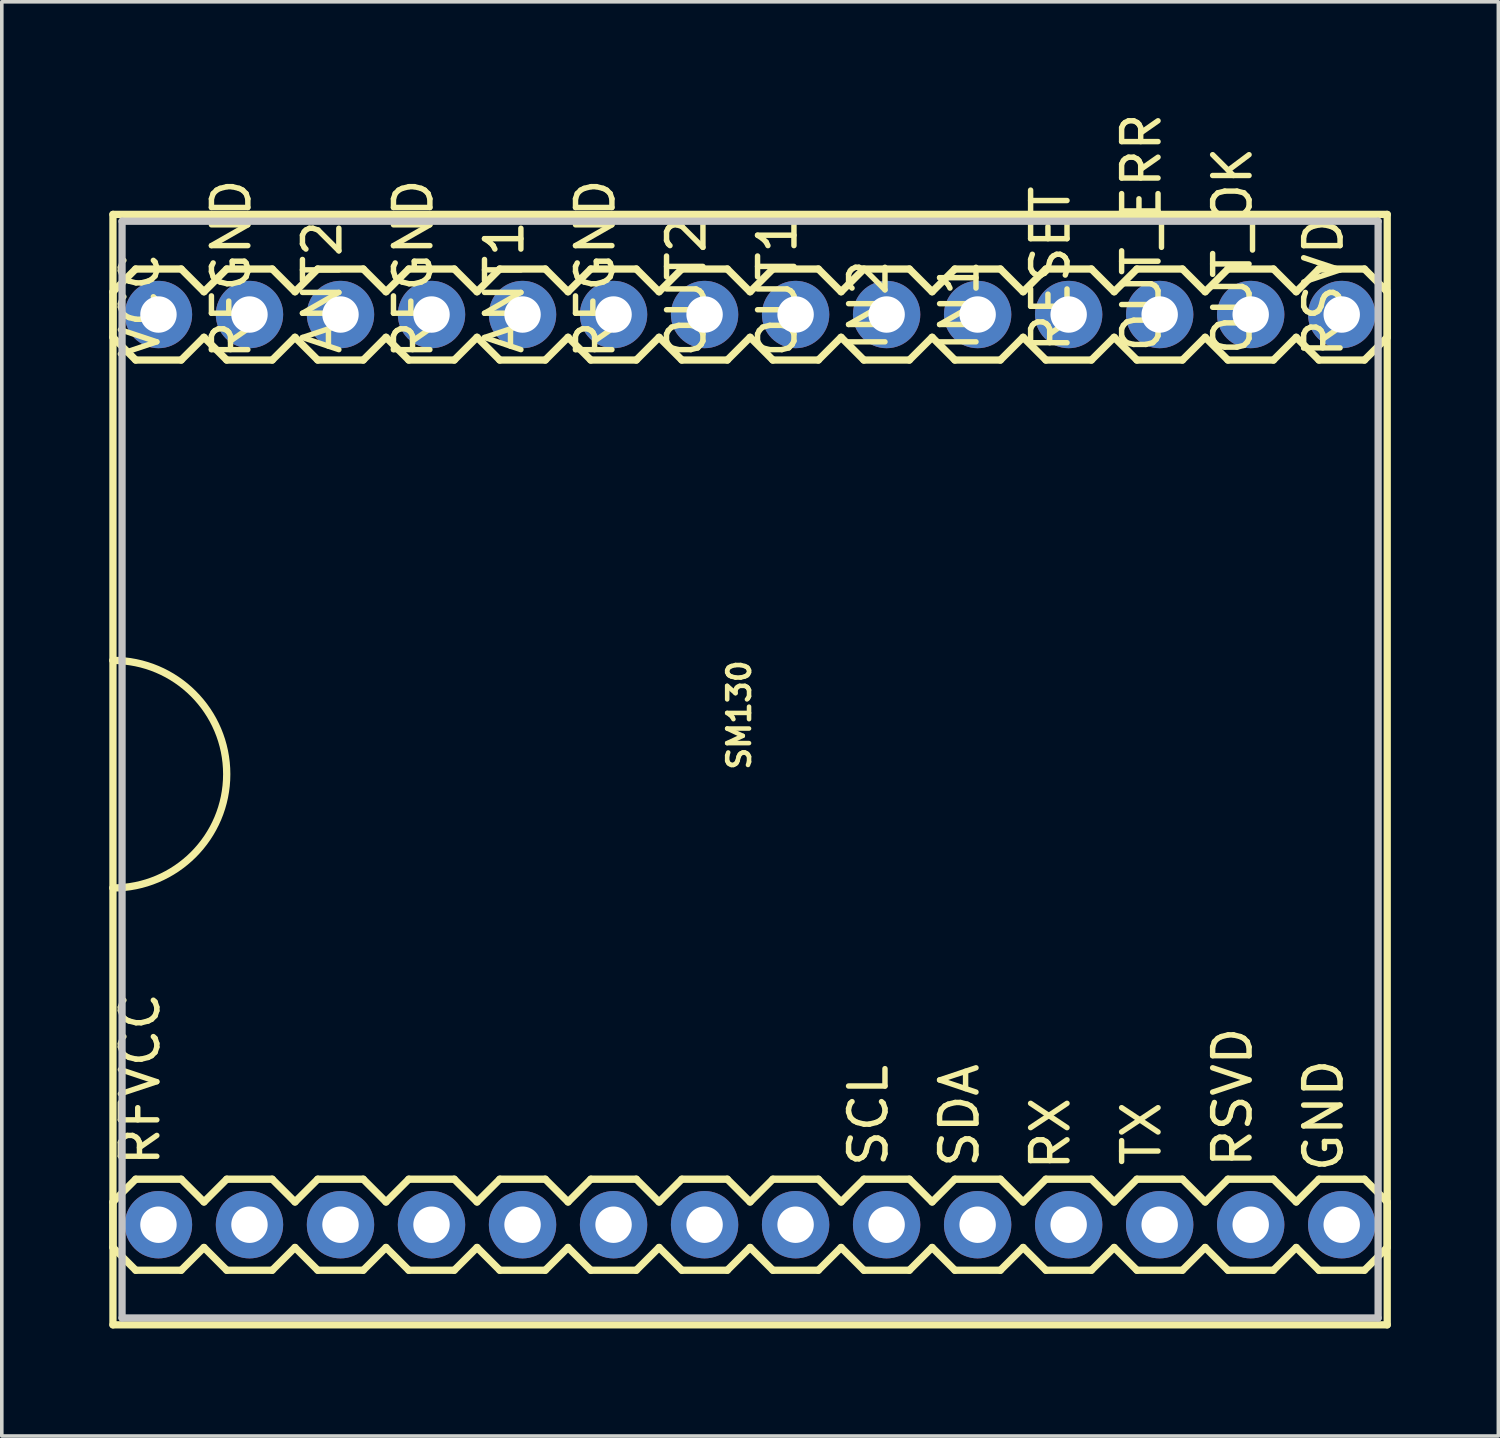
<source format=kicad_pcb>
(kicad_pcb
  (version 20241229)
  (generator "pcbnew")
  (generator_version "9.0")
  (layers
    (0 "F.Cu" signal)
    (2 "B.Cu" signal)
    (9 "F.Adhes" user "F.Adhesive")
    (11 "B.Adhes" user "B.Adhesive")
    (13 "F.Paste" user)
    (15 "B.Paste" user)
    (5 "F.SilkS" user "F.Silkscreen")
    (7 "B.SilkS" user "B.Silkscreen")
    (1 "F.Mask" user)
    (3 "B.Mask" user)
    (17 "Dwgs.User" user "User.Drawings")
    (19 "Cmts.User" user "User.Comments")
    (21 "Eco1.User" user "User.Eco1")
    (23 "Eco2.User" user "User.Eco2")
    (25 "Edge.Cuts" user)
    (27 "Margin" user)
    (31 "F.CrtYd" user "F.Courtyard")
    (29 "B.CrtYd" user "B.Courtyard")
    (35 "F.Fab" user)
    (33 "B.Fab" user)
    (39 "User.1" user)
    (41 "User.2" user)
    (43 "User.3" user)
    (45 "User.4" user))
  (footprint "SM130"
    (layer "F.Cu")
    (at 19.152 18.427)
    (property "Reference" "SM130" (at -1.575 -1.524 90) (layer "F.SilkS") (effects (font (size 0.61 0.61) (thickness 0.127))))
    (attr exclude_from_pos_files exclude_from_bom)
    (fp_line (start -19.05 -15.494) (end 16.51 -15.494) (stroke (width 0.203) (type solid)) (layer "F.SilkS"))
    (fp_line (start -19.05 -13.335) (end -18.415 -13.97) (stroke (width 0.203) (type solid)) (layer "F.SilkS"))
    (fp_line (start -19.05 -12.065) (end -19.05 -13.335) (stroke (width 0.203) (type solid)) (layer "F.SilkS"))
    (fp_line (start -19.05 -3.048) (end -19.05 -15.494) (stroke (width 0.203) (type solid)) (layer "F.SilkS"))
    (fp_line (start -19.05 3.302) (end -19.05 -3.048) (stroke (width 0.203) (type solid)) (layer "F.SilkS"))
    (fp_line (start -19.05 12.065) (end -19.05 13.335) (stroke (width 0.203) (type solid)) (layer "F.SilkS"))
    (fp_line (start -19.05 13.335) (end -18.415 13.97) (stroke (width 0.203) (type solid)) (layer "F.SilkS"))
    (fp_line (start -19.05 15.494) (end -19.05 3.302) (stroke (width 0.203) (type solid)) (layer "F.SilkS"))
    (fp_line (start -18.415 -13.97) (end -17.145 -13.97) (stroke (width 0.203) (type solid)) (layer "F.SilkS"))
    (fp_line (start -18.415 -11.43) (end -19.05 -12.065) (stroke (width 0.203) (type solid)) (layer "F.SilkS"))
    (fp_line (start -18.415 11.43) (end -19.05 12.065) (stroke (width 0.203) (type solid)) (layer "F.SilkS"))
    (fp_line (start -18.415 11.43) (end -17.145 11.43) (stroke (width 0.203) (type solid)) (layer "F.SilkS"))
    (fp_line (start -17.145 -11.43) (end -18.415 -11.43) (stroke (width 0.203) (type solid)) (layer "F.SilkS"))
    (fp_line (start -17.145 -11.43) (end -16.51 -12.065) (stroke (width 0.203) (type solid)) (layer "F.SilkS"))
    (fp_line (start -17.145 11.43) (end -16.51 12.065) (stroke (width 0.203) (type solid)) (layer "F.SilkS"))
    (fp_line (start -17.145 13.97) (end -18.415 13.97) (stroke (width 0.203) (type solid)) (layer "F.SilkS"))
    (fp_line (start -16.51 -13.335) (end -17.145 -13.97) (stroke (width 0.203) (type solid)) (layer "F.SilkS"))
    (fp_line (start -16.51 -13.335) (end -15.875 -13.97) (stroke (width 0.203) (type solid)) (layer "F.SilkS"))
    (fp_line (start -16.51 12.065) (end -15.875 11.43) (stroke (width 0.203) (type solid)) (layer "F.SilkS"))
    (fp_line (start -16.51 13.335) (end -17.145 13.97) (stroke (width 0.203) (type solid)) (layer "F.SilkS"))
    (fp_line (start -15.875 -13.97) (end -14.605 -13.97) (stroke (width 0.203) (type solid)) (layer "F.SilkS"))
    (fp_line (start -15.875 -11.43) (end -16.51 -12.065) (stroke (width 0.203) (type solid)) (layer "F.SilkS"))
    (fp_line (start -15.875 11.43) (end -14.605 11.43) (stroke (width 0.203) (type solid)) (layer "F.SilkS"))
    (fp_line (start -15.875 13.97) (end -16.51 13.335) (stroke (width 0.203) (type solid)) (layer "F.SilkS"))
    (fp_line (start -14.605 -11.43) (end -15.875 -11.43) (stroke (width 0.203) (type solid)) (layer "F.SilkS"))
    (fp_line (start -14.605 -11.43) (end -13.97 -12.065) (stroke (width 0.203) (type solid)) (layer "F.SilkS"))
    (fp_line (start -14.605 11.43) (end -13.97 12.065) (stroke (width 0.203) (type solid)) (layer "F.SilkS"))
    (fp_line (start -14.605 13.97) (end -15.875 13.97) (stroke (width 0.203) (type solid)) (layer "F.SilkS"))
    (fp_line (start -13.97 -13.335) (end -14.605 -13.97) (stroke (width 0.203) (type solid)) (layer "F.SilkS"))
    (fp_line (start -13.97 -13.335) (end -13.335 -13.97) (stroke (width 0.203) (type solid)) (layer "F.SilkS"))
    (fp_line (start -13.97 12.065) (end -13.335 11.43) (stroke (width 0.203) (type solid)) (layer "F.SilkS"))
    (fp_line (start -13.97 13.335) (end -14.605 13.97) (stroke (width 0.203) (type solid)) (layer "F.SilkS"))
    (fp_line (start -13.335 -13.97) (end -12.065 -13.97) (stroke (width 0.203) (type solid)) (layer "F.SilkS"))
    (fp_line (start -13.335 -11.43) (end -13.97 -12.065) (stroke (width 0.203) (type solid)) (layer "F.SilkS"))
    (fp_line (start -13.335 11.43) (end -12.065 11.43) (stroke (width 0.203) (type solid)) (layer "F.SilkS"))
    (fp_line (start -13.335 13.97) (end -13.97 13.335) (stroke (width 0.203) (type solid)) (layer "F.SilkS"))
    (fp_line (start -12.065 -13.97) (end -11.43 -13.335) (stroke (width 0.203) (type solid)) (layer "F.SilkS"))
    (fp_line (start -12.065 -11.43) (end -13.335 -11.43) (stroke (width 0.203) (type solid)) (layer "F.SilkS"))
    (fp_line (start -12.065 11.43) (end -11.43 12.065) (stroke (width 0.203) (type solid)) (layer "F.SilkS"))
    (fp_line (start -12.065 13.97) (end -13.335 13.97) (stroke (width 0.203) (type solid)) (layer "F.SilkS"))
    (fp_line (start -11.43 -13.335) (end -10.795 -13.97) (stroke (width 0.203) (type solid)) (layer "F.SilkS"))
    (fp_line (start -11.43 -12.065) (end -12.065 -11.43) (stroke (width 0.203) (type solid)) (layer "F.SilkS"))
    (fp_line (start -11.43 13.335) (end -12.065 13.97) (stroke (width 0.203) (type solid)) (layer "F.SilkS"))
    (fp_line (start -11.43 13.335) (end -10.795 13.97) (stroke (width 0.203) (type solid)) (layer "F.SilkS"))
    (fp_line (start -10.795 -13.97) (end -9.525 -13.97) (stroke (width 0.203) (type solid)) (layer "F.SilkS"))
    (fp_line (start -10.795 -11.43) (end -11.43 -12.065) (stroke (width 0.203) (type solid)) (layer "F.SilkS"))
    (fp_line (start -10.795 11.43) (end -11.43 12.065) (stroke (width 0.203) (type solid)) (layer "F.SilkS"))
    (fp_line (start -10.795 11.43) (end -9.525 11.43) (stroke (width 0.203) (type solid)) (layer "F.SilkS"))
    (fp_line (start -9.525 -13.97) (end -8.89 -13.335) (stroke (width 0.203) (type solid)) (layer "F.SilkS"))
    (fp_line (start -9.525 -11.43) (end -10.795 -11.43) (stroke (width 0.203) (type solid)) (layer "F.SilkS"))
    (fp_line (start -9.525 11.43) (end -8.89 12.065) (stroke (width 0.203) (type solid)) (layer "F.SilkS"))
    (fp_line (start -9.525 13.97) (end -10.795 13.97) (stroke (width 0.203) (type solid)) (layer "F.SilkS"))
    (fp_line (start -8.89 -13.335) (end -8.255 -13.97) (stroke (width 0.203) (type solid)) (layer "F.SilkS"))
    (fp_line (start -8.89 -12.065) (end -9.525 -11.43) (stroke (width 0.203) (type solid)) (layer "F.SilkS"))
    (fp_line (start -8.89 12.065) (end -8.255 11.43) (stroke (width 0.203) (type solid)) (layer "F.SilkS"))
    (fp_line (start -8.89 13.335) (end -9.525 13.97) (stroke (width 0.203) (type solid)) (layer "F.SilkS"))
    (fp_line (start -8.255 -13.97) (end -6.985 -13.97) (stroke (width 0.203) (type solid)) (layer "F.SilkS"))
    (fp_line (start -8.255 -11.43) (end -8.89 -12.065) (stroke (width 0.203) (type solid)) (layer "F.SilkS"))
    (fp_line (start -8.255 11.43) (end -6.985 11.43) (stroke (width 0.203) (type solid)) (layer "F.SilkS"))
    (fp_line (start -8.255 13.97) (end -8.89 13.335) (stroke (width 0.203) (type solid)) (layer "F.SilkS"))
    (fp_line (start -6.985 -11.43) (end -8.255 -11.43) (stroke (width 0.203) (type solid)) (layer "F.SilkS"))
    (fp_line (start -6.985 -11.43) (end -6.35 -12.065) (stroke (width 0.203) (type solid)) (layer "F.SilkS"))
    (fp_line (start -6.985 11.43) (end -6.35 12.065) (stroke (width 0.203) (type solid)) (layer "F.SilkS"))
    (fp_line (start -6.985 13.97) (end -8.255 13.97) (stroke (width 0.203) (type solid)) (layer "F.SilkS"))
    (fp_line (start -6.35 -13.335) (end -6.985 -13.97) (stroke (width 0.203) (type solid)) (layer "F.SilkS"))
    (fp_line (start -6.35 -13.335) (end -5.715 -13.97) (stroke (width 0.203) (type solid)) (layer "F.SilkS"))
    (fp_line (start -6.35 12.065) (end -5.715 11.43) (stroke (width 0.203) (type solid)) (layer "F.SilkS"))
    (fp_line (start -6.35 13.335) (end -6.985 13.97) (stroke (width 0.203) (type solid)) (layer "F.SilkS"))
    (fp_line (start -5.715 -13.97) (end -4.445 -13.97) (stroke (width 0.203) (type solid)) (layer "F.SilkS"))
    (fp_line (start -5.715 -11.43) (end -6.35 -12.065) (stroke (width 0.203) (type solid)) (layer "F.SilkS"))
    (fp_line (start -5.715 11.43) (end -4.445 11.43) (stroke (width 0.203) (type solid)) (layer "F.SilkS"))
    (fp_line (start -5.715 13.97) (end -6.35 13.335) (stroke (width 0.203) (type solid)) (layer "F.SilkS"))
    (fp_line (start -4.445 -13.97) (end -3.81 -13.335) (stroke (width 0.203) (type solid)) (layer "F.SilkS"))
    (fp_line (start -4.445 -11.43) (end -5.715 -11.43) (stroke (width 0.203) (type solid)) (layer "F.SilkS"))
    (fp_line (start -4.445 11.43) (end -3.81 12.065) (stroke (width 0.203) (type solid)) (layer "F.SilkS"))
    (fp_line (start -4.445 13.97) (end -5.715 13.97) (stroke (width 0.203) (type solid)) (layer "F.SilkS"))
    (fp_line (start -3.81 -13.335) (end -3.175 -13.97) (stroke (width 0.203) (type solid)) (layer "F.SilkS"))
    (fp_line (start -3.81 -12.065) (end -4.445 -11.43) (stroke (width 0.203) (type solid)) (layer "F.SilkS"))
    (fp_line (start -3.81 13.335) (end -4.445 13.97) (stroke (width 0.203) (type solid)) (layer "F.SilkS"))
    (fp_line (start -3.81 13.335) (end -3.175 13.97) (stroke (width 0.203) (type solid)) (layer "F.SilkS"))
    (fp_line (start -3.175 -13.97) (end -1.905 -13.97) (stroke (width 0.203) (type solid)) (layer "F.SilkS"))
    (fp_line (start -3.175 -11.43) (end -3.81 -12.065) (stroke (width 0.203) (type solid)) (layer "F.SilkS"))
    (fp_line (start -3.175 11.43) (end -3.81 12.065) (stroke (width 0.203) (type solid)) (layer "F.SilkS"))
    (fp_line (start -3.175 11.43) (end -1.905 11.43) (stroke (width 0.203) (type solid)) (layer "F.SilkS"))
    (fp_line (start -1.905 -13.97) (end -1.27 -13.335) (stroke (width 0.203) (type solid)) (layer "F.SilkS"))
    (fp_line (start -1.905 -11.43) (end -3.175 -11.43) (stroke (width 0.203) (type solid)) (layer "F.SilkS"))
    (fp_line (start -1.905 11.43) (end -1.27 12.065) (stroke (width 0.203) (type solid)) (layer "F.SilkS"))
    (fp_line (start -1.905 13.97) (end -3.175 13.97) (stroke (width 0.203) (type solid)) (layer "F.SilkS"))
    (fp_line (start -1.27 -13.335) (end -0.635 -13.97) (stroke (width 0.203) (type solid)) (layer "F.SilkS"))
    (fp_line (start -1.27 -12.065) (end -1.905 -11.43) (stroke (width 0.203) (type solid)) (layer "F.SilkS"))
    (fp_line (start -1.27 13.335) (end -1.905 13.97) (stroke (width 0.203) (type solid)) (layer "F.SilkS"))
    (fp_line (start -1.27 13.335) (end -0.635 13.97) (stroke (width 0.203) (type solid)) (layer "F.SilkS"))
    (fp_line (start -0.635 -13.97) (end 0.635 -13.97) (stroke (width 0.203) (type solid)) (layer "F.SilkS"))
    (fp_line (start -0.635 -11.43) (end -1.27 -12.065) (stroke (width 0.203) (type solid)) (layer "F.SilkS"))
    (fp_line (start -0.635 11.43) (end -1.27 12.065) (stroke (width 0.203) (type solid)) (layer "F.SilkS"))
    (fp_line (start -0.635 11.43) (end 0.635 11.43) (stroke (width 0.203) (type solid)) (layer "F.SilkS"))
    (fp_line (start 0.635 -11.43) (end -0.635 -11.43) (stroke (width 0.203) (type solid)) (layer "F.SilkS"))
    (fp_line (start 0.635 -11.43) (end 1.27 -12.065) (stroke (width 0.203) (type solid)) (layer "F.SilkS"))
    (fp_line (start 0.635 11.43) (end 1.27 12.065) (stroke (width 0.203) (type solid)) (layer "F.SilkS"))
    (fp_line (start 0.635 13.97) (end -0.635 13.97) (stroke (width 0.203) (type solid)) (layer "F.SilkS"))
    (fp_line (start 1.27 -13.335) (end 0.635 -13.97) (stroke (width 0.203) (type solid)) (layer "F.SilkS"))
    (fp_line (start 1.27 -13.335) (end 1.905 -13.97) (stroke (width 0.203) (type solid)) (layer "F.SilkS"))
    (fp_line (start 1.27 12.065) (end 1.905 11.43) (stroke (width 0.203) (type solid)) (layer "F.SilkS"))
    (fp_line (start 1.27 13.335) (end 0.635 13.97) (stroke (width 0.203) (type solid)) (layer "F.SilkS"))
    (fp_line (start 1.905 -13.97) (end 3.175 -13.97) (stroke (width 0.203) (type solid)) (layer "F.SilkS"))
    (fp_line (start 1.905 -11.43) (end 1.27 -12.065) (stroke (width 0.203) (type solid)) (layer "F.SilkS"))
    (fp_line (start 1.905 11.43) (end 3.175 11.43) (stroke (width 0.203) (type solid)) (layer "F.SilkS"))
    (fp_line (start 1.905 13.97) (end 1.27 13.335) (stroke (width 0.203) (type solid)) (layer "F.SilkS"))
    (fp_line (start 3.175 -11.43) (end 1.905 -11.43) (stroke (width 0.203) (type solid)) (layer "F.SilkS"))
    (fp_line (start 3.175 -11.43) (end 3.81 -12.065) (stroke (width 0.203) (type solid)) (layer "F.SilkS"))
    (fp_line (start 3.175 11.43) (end 3.81 12.065) (stroke (width 0.203) (type solid)) (layer "F.SilkS"))
    (fp_line (start 3.175 13.97) (end 1.905 13.97) (stroke (width 0.203) (type solid)) (layer "F.SilkS"))
    (fp_line (start 3.81 -13.335) (end 3.175 -13.97) (stroke (width 0.203) (type solid)) (layer "F.SilkS"))
    (fp_line (start 3.81 -13.335) (end 4.445 -13.97) (stroke (width 0.203) (type solid)) (layer "F.SilkS"))
    (fp_line (start 3.81 12.065) (end 4.445 11.43) (stroke (width 0.203) (type solid)) (layer "F.SilkS"))
    (fp_line (start 3.81 13.335) (end 3.175 13.97) (stroke (width 0.203) (type solid)) (layer "F.SilkS"))
    (fp_line (start 4.445 -13.97) (end 5.715 -13.97) (stroke (width 0.203) (type solid)) (layer "F.SilkS"))
    (fp_line (start 4.445 -11.43) (end 3.81 -12.065) (stroke (width 0.203) (type solid)) (layer "F.SilkS"))
    (fp_line (start 4.445 11.43) (end 5.715 11.43) (stroke (width 0.203) (type solid)) (layer "F.SilkS"))
    (fp_line (start 4.445 13.97) (end 3.81 13.335) (stroke (width 0.203) (type solid)) (layer "F.SilkS"))
    (fp_line (start 5.715 -13.97) (end 6.35 -13.335) (stroke (width 0.203) (type solid)) (layer "F.SilkS"))
    (fp_line (start 5.715 -11.43) (end 4.445 -11.43) (stroke (width 0.203) (type solid)) (layer "F.SilkS"))
    (fp_line (start 5.715 11.43) (end 6.35 12.065) (stroke (width 0.203) (type solid)) (layer "F.SilkS"))
    (fp_line (start 5.715 13.97) (end 4.445 13.97) (stroke (width 0.203) (type solid)) (layer "F.SilkS"))
    (fp_line (start 6.35 -13.335) (end 6.985 -13.97) (stroke (width 0.203) (type solid)) (layer "F.SilkS"))
    (fp_line (start 6.35 -12.065) (end 5.715 -11.43) (stroke (width 0.203) (type solid)) (layer "F.SilkS"))
    (fp_line (start 6.35 13.335) (end 5.715 13.97) (stroke (width 0.203) (type solid)) (layer "F.SilkS"))
    (fp_line (start 6.35 13.335) (end 6.985 13.97) (stroke (width 0.203) (type solid)) (layer "F.SilkS"))
    (fp_line (start 6.985 -13.97) (end 8.255 -13.97) (stroke (width 0.203) (type solid)) (layer "F.SilkS"))
    (fp_line (start 6.985 -11.43) (end 6.35 -12.065) (stroke (width 0.203) (type solid)) (layer "F.SilkS"))
    (fp_line (start 6.985 11.43) (end 6.35 12.065) (stroke (width 0.203) (type solid)) (layer "F.SilkS"))
    (fp_line (start 6.985 11.43) (end 8.255 11.43) (stroke (width 0.203) (type solid)) (layer "F.SilkS"))
    (fp_line (start 8.255 -13.97) (end 8.89 -13.335) (stroke (width 0.203) (type solid)) (layer "F.SilkS"))
    (fp_line (start 8.255 -11.43) (end 6.985 -11.43) (stroke (width 0.203) (type solid)) (layer "F.SilkS"))
    (fp_line (start 8.255 11.43) (end 8.89 12.065) (stroke (width 0.203) (type solid)) (layer "F.SilkS"))
    (fp_line (start 8.255 13.97) (end 6.985 13.97) (stroke (width 0.203) (type solid)) (layer "F.SilkS"))
    (fp_line (start 8.89 -13.335) (end 9.525 -13.97) (stroke (width 0.203) (type solid)) (layer "F.SilkS"))
    (fp_line (start 8.89 -12.065) (end 8.255 -11.43) (stroke (width 0.203) (type solid)) (layer "F.SilkS"))
    (fp_line (start 8.89 12.065) (end 9.525 11.43) (stroke (width 0.203) (type solid)) (layer "F.SilkS"))
    (fp_line (start 8.89 13.335) (end 8.255 13.97) (stroke (width 0.203) (type solid)) (layer "F.SilkS"))
    (fp_line (start 9.525 -13.97) (end 10.795 -13.97) (stroke (width 0.203) (type solid)) (layer "F.SilkS"))
    (fp_line (start 9.525 -11.43) (end 8.89 -12.065) (stroke (width 0.203) (type solid)) (layer "F.SilkS"))
    (fp_line (start 9.525 11.43) (end 10.795 11.43) (stroke (width 0.203) (type solid)) (layer "F.SilkS"))
    (fp_line (start 9.525 13.97) (end 8.89 13.335) (stroke (width 0.203) (type solid)) (layer "F.SilkS"))
    (fp_line (start 10.795 -11.43) (end 9.525 -11.43) (stroke (width 0.203) (type solid)) (layer "F.SilkS"))
    (fp_line (start 10.795 -11.43) (end 11.43 -12.065) (stroke (width 0.203) (type solid)) (layer "F.SilkS"))
    (fp_line (start 10.795 11.43) (end 11.43 12.065) (stroke (width 0.203) (type solid)) (layer "F.SilkS"))
    (fp_line (start 10.795 13.97) (end 9.525 13.97) (stroke (width 0.203) (type solid)) (layer "F.SilkS"))
    (fp_line (start 11.43 -13.335) (end 10.795 -13.97) (stroke (width 0.203) (type solid)) (layer "F.SilkS"))
    (fp_line (start 11.43 -13.335) (end 12.065 -13.97) (stroke (width 0.203) (type solid)) (layer "F.SilkS"))
    (fp_line (start 11.43 12.065) (end 12.065 11.43) (stroke (width 0.203) (type solid)) (layer "F.SilkS"))
    (fp_line (start 11.43 13.335) (end 10.795 13.97) (stroke (width 0.203) (type solid)) (layer "F.SilkS"))
    (fp_line (start 12.065 -13.97) (end 13.335 -13.97) (stroke (width 0.203) (type solid)) (layer "F.SilkS"))
    (fp_line (start 12.065 -11.43) (end 11.43 -12.065) (stroke (width 0.203) (type solid)) (layer "F.SilkS"))
    (fp_line (start 12.065 11.43) (end 13.335 11.43) (stroke (width 0.203) (type solid)) (layer "F.SilkS"))
    (fp_line (start 12.065 13.97) (end 11.43 13.335) (stroke (width 0.203) (type solid)) (layer "F.SilkS"))
    (fp_line (start 13.335 -13.97) (end 13.97 -13.335) (stroke (width 0.203) (type solid)) (layer "F.SilkS"))
    (fp_line (start 13.335 -11.43) (end 12.065 -11.43) (stroke (width 0.203) (type solid)) (layer "F.SilkS"))
    (fp_line (start 13.335 11.43) (end 13.97 12.065) (stroke (width 0.203) (type solid)) (layer "F.SilkS"))
    (fp_line (start 13.335 13.97) (end 12.065 13.97) (stroke (width 0.203) (type solid)) (layer "F.SilkS"))
    (fp_line (start 13.97 -13.335) (end 14.605 -13.97) (stroke (width 0.203) (type solid)) (layer "F.SilkS"))
    (fp_line (start 13.97 -12.065) (end 13.335 -11.43) (stroke (width 0.203) (type solid)) (layer "F.SilkS"))
    (fp_line (start 13.97 13.335) (end 13.335 13.97) (stroke (width 0.203) (type solid)) (layer "F.SilkS"))
    (fp_line (start 13.97 13.335) (end 14.605 13.97) (stroke (width 0.203) (type solid)) (layer "F.SilkS"))
    (fp_line (start 14.605 -13.97) (end 15.875 -13.97) (stroke (width 0.203) (type solid)) (layer "F.SilkS"))
    (fp_line (start 14.605 -11.43) (end 13.97 -12.065) (stroke (width 0.203) (type solid)) (layer "F.SilkS"))
    (fp_line (start 14.605 11.43) (end 13.97 12.065) (stroke (width 0.203) (type solid)) (layer "F.SilkS"))
    (fp_line (start 14.605 11.43) (end 15.875 11.43) (stroke (width 0.203) (type solid)) (layer "F.SilkS"))
    (fp_line (start 15.875 -13.97) (end 16.51 -13.335) (stroke (width 0.203) (type solid)) (layer "F.SilkS"))
    (fp_line (start 15.875 -11.43) (end 14.605 -11.43) (stroke (width 0.203) (type solid)) (layer "F.SilkS"))
    (fp_line (start 15.875 11.43) (end 16.51 12.065) (stroke (width 0.203) (type solid)) (layer "F.SilkS"))
    (fp_line (start 15.875 13.97) (end 14.605 13.97) (stroke (width 0.203) (type solid)) (layer "F.SilkS"))
    (fp_line (start 16.51 -15.494) (end 16.51 15.494) (stroke (width 0.203) (type solid)) (layer "F.SilkS"))
    (fp_line (start 16.51 -12.065) (end 15.875 -11.43) (stroke (width 0.203) (type solid)) (layer "F.SilkS"))
    (fp_line (start 16.51 -12.065) (end 16.51 -13.335) (stroke (width 0.203) (type solid)) (layer "F.SilkS"))
    (fp_line (start 16.51 13.335) (end 15.875 13.97) (stroke (width 0.203) (type solid)) (layer "F.SilkS"))
    (fp_line (start 16.51 13.335) (end 16.51 12.065) (stroke (width 0.203) (type solid)) (layer "F.SilkS"))
    (fp_line (start 16.51 15.494) (end -19.05 15.494) (stroke (width 0.203) (type solid)) (layer "F.SilkS"))
    (fp_arc (start -19.05 -3.048) (mid -15.875 0.127) (end -19.05 3.302) (stroke (width 0.2032) (type solid)) (layer "F.SilkS"))
    (fp_line (start -18.796 -15.303) (end -18.796 15.303) (stroke (width 0.203) (type solid)) (layer "Dwgs.User"))
    (fp_line (start -18.796 15.303) (end 16.256 15.303) (stroke (width 0.203) (type solid)) (layer "Dwgs.User"))
    (fp_line (start -18.034 -12.954) (end -17.523 -12.954) (stroke (width 0.066) (type solid)) (layer "Dwgs.User"))
    (fp_line (start -18.034 -12.446) (end -18.034 -12.954) (stroke (width 0.066) (type solid)) (layer "Dwgs.User"))
    (fp_line (start -18.034 -12.446) (end -17.523 -12.446) (stroke (width 0.066) (type solid)) (layer "Dwgs.User"))
    (fp_line (start -18.034 12.446) (end -17.523 12.446) (stroke (width 0.066) (type solid)) (layer "Dwgs.User"))
    (fp_line (start -18.034 12.954) (end -18.034 12.446) (stroke (width 0.066) (type solid)) (layer "Dwgs.User"))
    (fp_line (start -18.034 12.954) (end -17.523 12.954) (stroke (width 0.066) (type solid)) (layer "Dwgs.User"))
    (fp_line (start -17.523 -12.446) (end -17.523 -12.954) (stroke (width 0.066) (type solid)) (layer "Dwgs.User"))
    (fp_line (start -17.523 12.954) (end -17.523 12.446) (stroke (width 0.066) (type solid)) (layer "Dwgs.User"))
    (fp_line (start -15.494 -12.954) (end -14.986 -12.954) (stroke (width 0.066) (type solid)) (layer "Dwgs.User"))
    (fp_line (start -15.494 -12.446) (end -15.494 -12.954) (stroke (width 0.066) (type solid)) (layer "Dwgs.User"))
    (fp_line (start -15.494 -12.446) (end -14.986 -12.446) (stroke (width 0.066) (type solid)) (layer "Dwgs.User"))
    (fp_line (start -15.494 12.446) (end -14.986 12.446) (stroke (width 0.066) (type solid)) (layer "Dwgs.User"))
    (fp_line (start -15.494 12.954) (end -15.494 12.446) (stroke (width 0.066) (type solid)) (layer "Dwgs.User"))
    (fp_line (start -15.494 12.954) (end -14.986 12.954) (stroke (width 0.066) (type solid)) (layer "Dwgs.User"))
    (fp_line (start -14.986 -12.446) (end -14.986 -12.954) (stroke (width 0.066) (type solid)) (layer "Dwgs.User"))
    (fp_line (start -14.986 12.954) (end -14.986 12.446) (stroke (width 0.066) (type solid)) (layer "Dwgs.User"))
    (fp_line (start -12.954 -12.954) (end -12.446 -12.954) (stroke (width 0.066) (type solid)) (layer "Dwgs.User"))
    (fp_line (start -12.954 -12.446) (end -12.954 -12.954) (stroke (width 0.066) (type solid)) (layer "Dwgs.User"))
    (fp_line (start -12.954 -12.446) (end -12.446 -12.446) (stroke (width 0.066) (type solid)) (layer "Dwgs.User"))
    (fp_line (start -12.954 12.446) (end -12.446 12.446) (stroke (width 0.066) (type solid)) (layer "Dwgs.User"))
    (fp_line (start -12.954 12.954) (end -12.954 12.446) (stroke (width 0.066) (type solid)) (layer "Dwgs.User"))
    (fp_line (start -12.954 12.954) (end -12.446 12.954) (stroke (width 0.066) (type solid)) (layer "Dwgs.User"))
    (fp_line (start -12.446 -12.446) (end -12.446 -12.954) (stroke (width 0.066) (type solid)) (layer "Dwgs.User"))
    (fp_line (start -12.446 12.954) (end -12.446 12.446) (stroke (width 0.066) (type solid)) (layer "Dwgs.User"))
    (fp_line (start -10.414 -12.954) (end -9.906 -12.954) (stroke (width 0.066) (type solid)) (layer "Dwgs.User"))
    (fp_line (start -10.414 -12.446) (end -10.414 -12.954) (stroke (width 0.066) (type solid)) (layer "Dwgs.User"))
    (fp_line (start -10.414 -12.446) (end -9.906 -12.446) (stroke (width 0.066) (type solid)) (layer "Dwgs.User"))
    (fp_line (start -10.414 12.446) (end -9.906 12.446) (stroke (width 0.066) (type solid)) (layer "Dwgs.User"))
    (fp_line (start -10.414 12.954) (end -10.414 12.446) (stroke (width 0.066) (type solid)) (layer "Dwgs.User"))
    (fp_line (start -10.414 12.954) (end -9.906 12.954) (stroke (width 0.066) (type solid)) (layer "Dwgs.User"))
    (fp_line (start -9.906 -12.446) (end -9.906 -12.954) (stroke (width 0.066) (type solid)) (layer "Dwgs.User"))
    (fp_line (start -9.906 12.954) (end -9.906 12.446) (stroke (width 0.066) (type solid)) (layer "Dwgs.User"))
    (fp_line (start -7.874 -12.954) (end -7.366 -12.954) (stroke (width 0.066) (type solid)) (layer "Dwgs.User"))
    (fp_line (start -7.874 -12.446) (end -7.874 -12.954) (stroke (width 0.066) (type solid)) (layer "Dwgs.User"))
    (fp_line (start -7.874 -12.446) (end -7.366 -12.446) (stroke (width 0.066) (type solid)) (layer "Dwgs.User"))
    (fp_line (start -7.874 12.446) (end -7.366 12.446) (stroke (width 0.066) (type solid)) (layer "Dwgs.User"))
    (fp_line (start -7.874 12.954) (end -7.874 12.446) (stroke (width 0.066) (type solid)) (layer "Dwgs.User"))
    (fp_line (start -7.874 12.954) (end -7.366 12.954) (stroke (width 0.066) (type solid)) (layer "Dwgs.User"))
    (fp_line (start -7.366 -12.446) (end -7.366 -12.954) (stroke (width 0.066) (type solid)) (layer "Dwgs.User"))
    (fp_line (start -7.366 12.954) (end -7.366 12.446) (stroke (width 0.066) (type solid)) (layer "Dwgs.User"))
    (fp_line (start -5.334 -12.954) (end -4.826 -12.954) (stroke (width 0.066) (type solid)) (layer "Dwgs.User"))
    (fp_line (start -5.334 -12.446) (end -5.334 -12.954) (stroke (width 0.066) (type solid)) (layer "Dwgs.User"))
    (fp_line (start -5.334 -12.446) (end -4.826 -12.446) (stroke (width 0.066) (type solid)) (layer "Dwgs.User"))
    (fp_line (start -5.334 12.446) (end -4.826 12.446) (stroke (width 0.066) (type solid)) (layer "Dwgs.User"))
    (fp_line (start -5.334 12.954) (end -5.334 12.446) (stroke (width 0.066) (type solid)) (layer "Dwgs.User"))
    (fp_line (start -5.334 12.954) (end -4.826 12.954) (stroke (width 0.066) (type solid)) (layer "Dwgs.User"))
    (fp_line (start -4.826 -12.446) (end -4.826 -12.954) (stroke (width 0.066) (type solid)) (layer "Dwgs.User"))
    (fp_line (start -4.826 12.954) (end -4.826 12.446) (stroke (width 0.066) (type solid)) (layer "Dwgs.User"))
    (fp_line (start -2.794 -12.954) (end -2.286 -12.954) (stroke (width 0.066) (type solid)) (layer "Dwgs.User"))
    (fp_line (start -2.794 -12.446) (end -2.794 -12.954) (stroke (width 0.066) (type solid)) (layer "Dwgs.User"))
    (fp_line (start -2.794 -12.446) (end -2.286 -12.446) (stroke (width 0.066) (type solid)) (layer "Dwgs.User"))
    (fp_line (start -2.794 12.446) (end -2.286 12.446) (stroke (width 0.066) (type solid)) (layer "Dwgs.User"))
    (fp_line (start -2.794 12.954) (end -2.794 12.446) (stroke (width 0.066) (type solid)) (layer "Dwgs.User"))
    (fp_line (start -2.794 12.954) (end -2.286 12.954) (stroke (width 0.066) (type solid)) (layer "Dwgs.User"))
    (fp_line (start -2.286 -12.446) (end -2.286 -12.954) (stroke (width 0.066) (type solid)) (layer "Dwgs.User"))
    (fp_line (start -2.286 12.954) (end -2.286 12.446) (stroke (width 0.066) (type solid)) (layer "Dwgs.User"))
    (fp_line (start -0.254 -12.954) (end 0.254 -12.954) (stroke (width 0.066) (type solid)) (layer "Dwgs.User"))
    (fp_line (start -0.254 -12.446) (end -0.254 -12.954) (stroke (width 0.066) (type solid)) (layer "Dwgs.User"))
    (fp_line (start -0.254 -12.446) (end 0.254 -12.446) (stroke (width 0.066) (type solid)) (layer "Dwgs.User"))
    (fp_line (start -0.254 12.446) (end 0.254 12.446) (stroke (width 0.066) (type solid)) (layer "Dwgs.User"))
    (fp_line (start -0.254 12.954) (end -0.254 12.446) (stroke (width 0.066) (type solid)) (layer "Dwgs.User"))
    (fp_line (start -0.254 12.954) (end 0.254 12.954) (stroke (width 0.066) (type solid)) (layer "Dwgs.User"))
    (fp_line (start 0.254 -12.446) (end 0.254 -12.954) (stroke (width 0.066) (type solid)) (layer "Dwgs.User"))
    (fp_line (start 0.254 12.954) (end 0.254 12.446) (stroke (width 0.066) (type solid)) (layer "Dwgs.User"))
    (fp_line (start 2.286 -12.954) (end 2.794 -12.954) (stroke (width 0.066) (type solid)) (layer "Dwgs.User"))
    (fp_line (start 2.286 -12.446) (end 2.286 -12.954) (stroke (width 0.066) (type solid)) (layer "Dwgs.User"))
    (fp_line (start 2.286 -12.446) (end 2.794 -12.446) (stroke (width 0.066) (type solid)) (layer "Dwgs.User"))
    (fp_line (start 2.286 12.446) (end 2.794 12.446) (stroke (width 0.066) (type solid)) (layer "Dwgs.User"))
    (fp_line (start 2.286 12.954) (end 2.286 12.446) (stroke (width 0.066) (type solid)) (layer "Dwgs.User"))
    (fp_line (start 2.286 12.954) (end 2.794 12.954) (stroke (width 0.066) (type solid)) (layer "Dwgs.User"))
    (fp_line (start 2.794 -12.446) (end 2.794 -12.954) (stroke (width 0.066) (type solid)) (layer "Dwgs.User"))
    (fp_line (start 2.794 12.954) (end 2.794 12.446) (stroke (width 0.066) (type solid)) (layer "Dwgs.User"))
    (fp_line (start 4.826 -12.954) (end 5.334 -12.954) (stroke (width 0.066) (type solid)) (layer "Dwgs.User"))
    (fp_line (start 4.826 -12.446) (end 4.826 -12.954) (stroke (width 0.066) (type solid)) (layer "Dwgs.User"))
    (fp_line (start 4.826 -12.446) (end 5.334 -12.446) (stroke (width 0.066) (type solid)) (layer "Dwgs.User"))
    (fp_line (start 4.826 12.446) (end 5.334 12.446) (stroke (width 0.066) (type solid)) (layer "Dwgs.User"))
    (fp_line (start 4.826 12.954) (end 4.826 12.446) (stroke (width 0.066) (type solid)) (layer "Dwgs.User"))
    (fp_line (start 4.826 12.954) (end 5.334 12.954) (stroke (width 0.066) (type solid)) (layer "Dwgs.User"))
    (fp_line (start 5.334 -12.446) (end 5.334 -12.954) (stroke (width 0.066) (type solid)) (layer "Dwgs.User"))
    (fp_line (start 5.334 12.954) (end 5.334 12.446) (stroke (width 0.066) (type solid)) (layer "Dwgs.User"))
    (fp_line (start 7.366 -12.954) (end 7.874 -12.954) (stroke (width 0.066) (type solid)) (layer "Dwgs.User"))
    (fp_line (start 7.366 -12.446) (end 7.366 -12.954) (stroke (width 0.066) (type solid)) (layer "Dwgs.User"))
    (fp_line (start 7.366 -12.446) (end 7.874 -12.446) (stroke (width 0.066) (type solid)) (layer "Dwgs.User"))
    (fp_line (start 7.366 12.446) (end 7.874 12.446) (stroke (width 0.066) (type solid)) (layer "Dwgs.User"))
    (fp_line (start 7.366 12.954) (end 7.366 12.446) (stroke (width 0.066) (type solid)) (layer "Dwgs.User"))
    (fp_line (start 7.366 12.954) (end 7.874 12.954) (stroke (width 0.066) (type solid)) (layer "Dwgs.User"))
    (fp_line (start 7.874 -12.446) (end 7.874 -12.954) (stroke (width 0.066) (type solid)) (layer "Dwgs.User"))
    (fp_line (start 7.874 12.954) (end 7.874 12.446) (stroke (width 0.066) (type solid)) (layer "Dwgs.User"))
    (fp_line (start 9.906 -12.954) (end 10.414 -12.954) (stroke (width 0.066) (type solid)) (layer "Dwgs.User"))
    (fp_line (start 9.906 -12.446) (end 9.906 -12.954) (stroke (width 0.066) (type solid)) (layer "Dwgs.User"))
    (fp_line (start 9.906 -12.446) (end 10.414 -12.446) (stroke (width 0.066) (type solid)) (layer "Dwgs.User"))
    (fp_line (start 9.906 12.446) (end 10.414 12.446) (stroke (width 0.066) (type solid)) (layer "Dwgs.User"))
    (fp_line (start 9.906 12.954) (end 9.906 12.446) (stroke (width 0.066) (type solid)) (layer "Dwgs.User"))
    (fp_line (start 9.906 12.954) (end 10.414 12.954) (stroke (width 0.066) (type solid)) (layer "Dwgs.User"))
    (fp_line (start 10.414 -12.446) (end 10.414 -12.954) (stroke (width 0.066) (type solid)) (layer "Dwgs.User"))
    (fp_line (start 10.414 12.954) (end 10.414 12.446) (stroke (width 0.066) (type solid)) (layer "Dwgs.User"))
    (fp_line (start 12.446 -12.954) (end 12.954 -12.954) (stroke (width 0.066) (type solid)) (layer "Dwgs.User"))
    (fp_line (start 12.446 -12.446) (end 12.446 -12.954) (stroke (width 0.066) (type solid)) (layer "Dwgs.User"))
    (fp_line (start 12.446 -12.446) (end 12.954 -12.446) (stroke (width 0.066) (type solid)) (layer "Dwgs.User"))
    (fp_line (start 12.446 12.446) (end 12.954 12.446) (stroke (width 0.066) (type solid)) (layer "Dwgs.User"))
    (fp_line (start 12.446 12.954) (end 12.446 12.446) (stroke (width 0.066) (type solid)) (layer "Dwgs.User"))
    (fp_line (start 12.446 12.954) (end 12.954 12.954) (stroke (width 0.066) (type solid)) (layer "Dwgs.User"))
    (fp_line (start 12.954 -12.446) (end 12.954 -12.954) (stroke (width 0.066) (type solid)) (layer "Dwgs.User"))
    (fp_line (start 12.954 12.954) (end 12.954 12.446) (stroke (width 0.066) (type solid)) (layer "Dwgs.User"))
    (fp_line (start 14.986 -12.954) (end 15.494 -12.954) (stroke (width 0.066) (type solid)) (layer "Dwgs.User"))
    (fp_line (start 14.986 -12.446) (end 14.986 -12.954) (stroke (width 0.066) (type solid)) (layer "Dwgs.User"))
    (fp_line (start 14.986 -12.446) (end 15.494 -12.446) (stroke (width 0.066) (type solid)) (layer "Dwgs.User"))
    (fp_line (start 14.986 12.446) (end 15.494 12.446) (stroke (width 0.066) (type solid)) (layer "Dwgs.User"))
    (fp_line (start 14.986 12.954) (end 14.986 12.446) (stroke (width 0.066) (type solid)) (layer "Dwgs.User"))
    (fp_line (start 14.986 12.954) (end 15.494 12.954) (stroke (width 0.066) (type solid)) (layer "Dwgs.User"))
    (fp_line (start 15.494 -12.446) (end 15.494 -12.954) (stroke (width 0.066) (type solid)) (layer "Dwgs.User"))
    (fp_line (start 15.494 12.954) (end 15.494 12.446) (stroke (width 0.066) (type solid)) (layer "Dwgs.User"))
    (fp_line (start 16.256 -15.303) (end -18.796 -15.303) (stroke (width 0.203) (type solid)) (layer "Dwgs.User"))
    (fp_line (start 16.256 15.303) (end 16.256 -15.303) (stroke (width 0.203) (type solid)) (layer "Dwgs.User"))
    (fp_text user "SCL" (at 2.032 9.652 90) (layer "F.SilkS") (effects (font (size 1.016 1.016) (thickness 0.152))))
    (fp_text user "SDA" (at 4.572 9.652 90) (layer "F.SilkS") (effects (font (size 1.016 1.016) (thickness 0.152))))
    (fp_text user "RSVD" (at 12.192 9.144 90) (layer "F.SilkS") (effects (font (size 1.016 1.016) (thickness 0.152))))
    (fp_text user "GND" (at 14.732 9.652 90) (layer "F.SilkS") (effects (font (size 1.016 1.016) (thickness 0.152))))
    (fp_text user "OUT1" (at -0.508 -13.462 90) (layer "F.SilkS") (effects (font (size 1.016 1.016) (thickness 0.152))))
    (fp_text user "RSVD" (at 14.732 -13.462 90) (layer "F.SilkS") (effects (font (size 1.016 1.016) (thickness 0.152))))
    (fp_text user "OUT2" (at -3.048 -13.462 90) (layer "F.SilkS") (effects (font (size 1.016 1.016) (thickness 0.152))))
    (fp_text user "OUT_ERR" (at 9.652 -14.986 90) (layer "F.SilkS") (effects (font (size 1.016 1.016) (thickness 0.152))))
    (fp_text user "OUT_OK" (at 12.192 -14.475 90) (layer "F.SilkS") (effects (font (size 1.016 1.016) (thickness 0.152))))
    (fp_text user "RFGND" (at -15.748 -13.97 90) (layer "F.SilkS") (effects (font (size 1.016 1.016) (thickness 0.152))))
    (fp_text user "ANT2" (at -13.208 -13.462 90) (layer "F.SilkS") (effects (font (size 1.016 1.016) (thickness 0.152))))
    (fp_text user "VCC" (at -18.288 -12.954 90) (layer "F.SilkS") (effects (font (size 1.016 1.016) (thickness 0.152))))
    (fp_text user "RFGND" (at -10.668 -13.97 90) (layer "F.SilkS") (effects (font (size 1.016 1.016) (thickness 0.152))))
    (fp_text user "IN1" (at 4.572 -12.954 90) (layer "F.SilkS") (effects (font (size 1.016 1.016) (thickness 0.152))))
    (fp_text user "IN2" (at 2.032 -12.954 90) (layer "F.SilkS") (effects (font (size 1.016 1.016) (thickness 0.152))))
    (fp_text user "RFVCC" (at -18.288 8.636 90) (layer "F.SilkS") (effects (font (size 1.016 1.016) (thickness 0.152))))
    (fp_text user "TX" (at 9.652 10.16 90) (layer "F.SilkS") (effects (font (size 1.016 1.016) (thickness 0.152))))
    (fp_text user "ANT1" (at -8.128 -13.462 90) (layer "F.SilkS") (effects (font (size 1.016 1.016) (thickness 0.152))))
    (fp_text user "RFGND" (at -5.588 -13.97 90) (layer "F.SilkS") (effects (font (size 1.016 1.016) (thickness 0.152))))
    (fp_text user "RESET" (at 7.112 -13.97 90) (layer "F.SilkS") (effects (font (size 1.016 1.016) (thickness 0.152))))
    (fp_text user "RX" (at 7.112 10.16 90) (layer "F.SilkS") (effects (font (size 1.016 1.016) (thickness 0.152))))
    (pad "1" thru_hole circle (at -17.78 12.7) (size 1.88 1.88) (drill 1.016) (layers "*.Cu" "*.Paste" "*.Mask"))
    (pad "2" thru_hole circle (at -15.24 12.7) (size 1.88 1.88) (drill 1.016) (layers "*.Cu" "*.Paste" "*.Mask"))
    (pad "3" thru_hole circle (at -12.7 12.7) (size 1.88 1.88) (drill 1.016) (layers "*.Cu" "*.Paste" "*.Mask"))
    (pad "4" thru_hole circle (at -10.16 12.7) (size 1.88 1.88) (drill 1.016) (layers "*.Cu" "*.Paste" "*.Mask"))
    (pad "5" thru_hole circle (at -7.62 12.7) (size 1.88 1.88) (drill 1.016) (layers "*.Cu" "*.Paste" "*.Mask"))
    (pad "6" thru_hole circle (at -5.08 12.7) (size 1.88 1.88) (drill 1.016) (layers "*.Cu" "*.Paste" "*.Mask"))
    (pad "7" thru_hole circle (at -2.54 12.7) (size 1.88 1.88) (drill 1.016) (layers "*.Cu" "*.Paste" "*.Mask"))
    (pad "8" thru_hole circle (at 0 12.7) (size 1.88 1.88) (drill 1.016) (layers "*.Cu" "*.Paste" "*.Mask"))
    (pad "9" thru_hole circle (at 2.54 12.7) (size 1.88 1.88) (drill 1.016) (layers "*.Cu" "*.Paste" "*.Mask"))
    (pad "10" thru_hole circle (at 5.08 12.7) (size 1.88 1.88) (drill 1.016) (layers "*.Cu" "*.Paste" "*.Mask"))
    (pad "11" thru_hole circle (at 7.62 12.7) (size 1.88 1.88) (drill 1.016) (layers "*.Cu" "*.Paste" "*.Mask"))
    (pad "12" thru_hole circle (at 10.16 12.7) (size 1.88 1.88) (drill 1.016) (layers "*.Cu" "*.Paste" "*.Mask"))
    (pad "13" thru_hole circle (at 12.7 12.7) (size 1.88 1.88) (drill 1.016) (layers "*.Cu" "*.Paste" "*.Mask"))
    (pad "14" thru_hole circle (at 15.24 12.7) (size 1.88 1.88) (drill 1.016) (layers "*.Cu" "*.Paste" "*.Mask"))
    (pad "15" thru_hole circle (at 15.24 -12.7) (size 1.88 1.88) (drill 1.016) (layers "*.Cu" "*.Paste" "*.Mask"))
    (pad "16" thru_hole circle (at 12.7 -12.7) (size 1.88 1.88) (drill 1.016) (layers "*.Cu" "*.Paste" "*.Mask"))
    (pad "17" thru_hole circle (at 10.16 -12.7) (size 1.88 1.88) (drill 1.016) (layers "*.Cu" "*.Paste" "*.Mask"))
    (pad "18" thru_hole circle (at 7.62 -12.7) (size 1.88 1.88) (drill 1.016) (layers "*.Cu" "*.Paste" "*.Mask"))
    (pad "19" thru_hole circle (at 5.08 -12.7) (size 1.88 1.88) (drill 1.016) (layers "*.Cu" "*.Paste" "*.Mask"))
    (pad "20" thru_hole circle (at 2.54 -12.7) (size 1.88 1.88) (drill 1.016) (layers "*.Cu" "*.Paste" "*.Mask"))
    (pad "21" thru_hole circle (at 0 -12.7) (size 1.88 1.88) (drill 1.016) (layers "*.Cu" "*.Paste" "*.Mask"))
    (pad "22" thru_hole circle (at -2.54 -12.7) (size 1.88 1.88) (drill 1.016) (layers "*.Cu" "*.Paste" "*.Mask"))
    (pad "23" thru_hole circle (at -5.08 -12.7) (size 1.88 1.88) (drill 1.016) (layers "*.Cu" "*.Paste" "*.Mask"))
    (pad "24" thru_hole circle (at -7.62 -12.7) (size 1.88 1.88) (drill 1.016) (layers "*.Cu" "*.Paste" "*.Mask"))
    (pad "25" thru_hole circle (at -10.16 -12.7) (size 1.88 1.88) (drill 1.016) (layers "*.Cu" "*.Paste" "*.Mask"))
    (pad "26" thru_hole circle (at -12.7 -12.7) (size 1.88 1.88) (drill 1.016) (layers "*.Cu" "*.Paste" "*.Mask"))
    (pad "27" thru_hole circle (at -15.24 -12.7) (size 1.88 1.88) (drill 1.016) (layers "*.Cu" "*.Paste" "*.Mask"))
    (pad "28" thru_hole circle (at -17.78 -12.7) (size 1.88 1.88) (drill 1.016) (layers "*.Cu" "*.Paste" "*.Mask")))
  (gr_rect
    (start -3 -3)
    (end 38.763 37.023)
    (stroke (width 0.1) (type default))
    (fill no)
    (layer "Edge.Cuts")))
</source>
